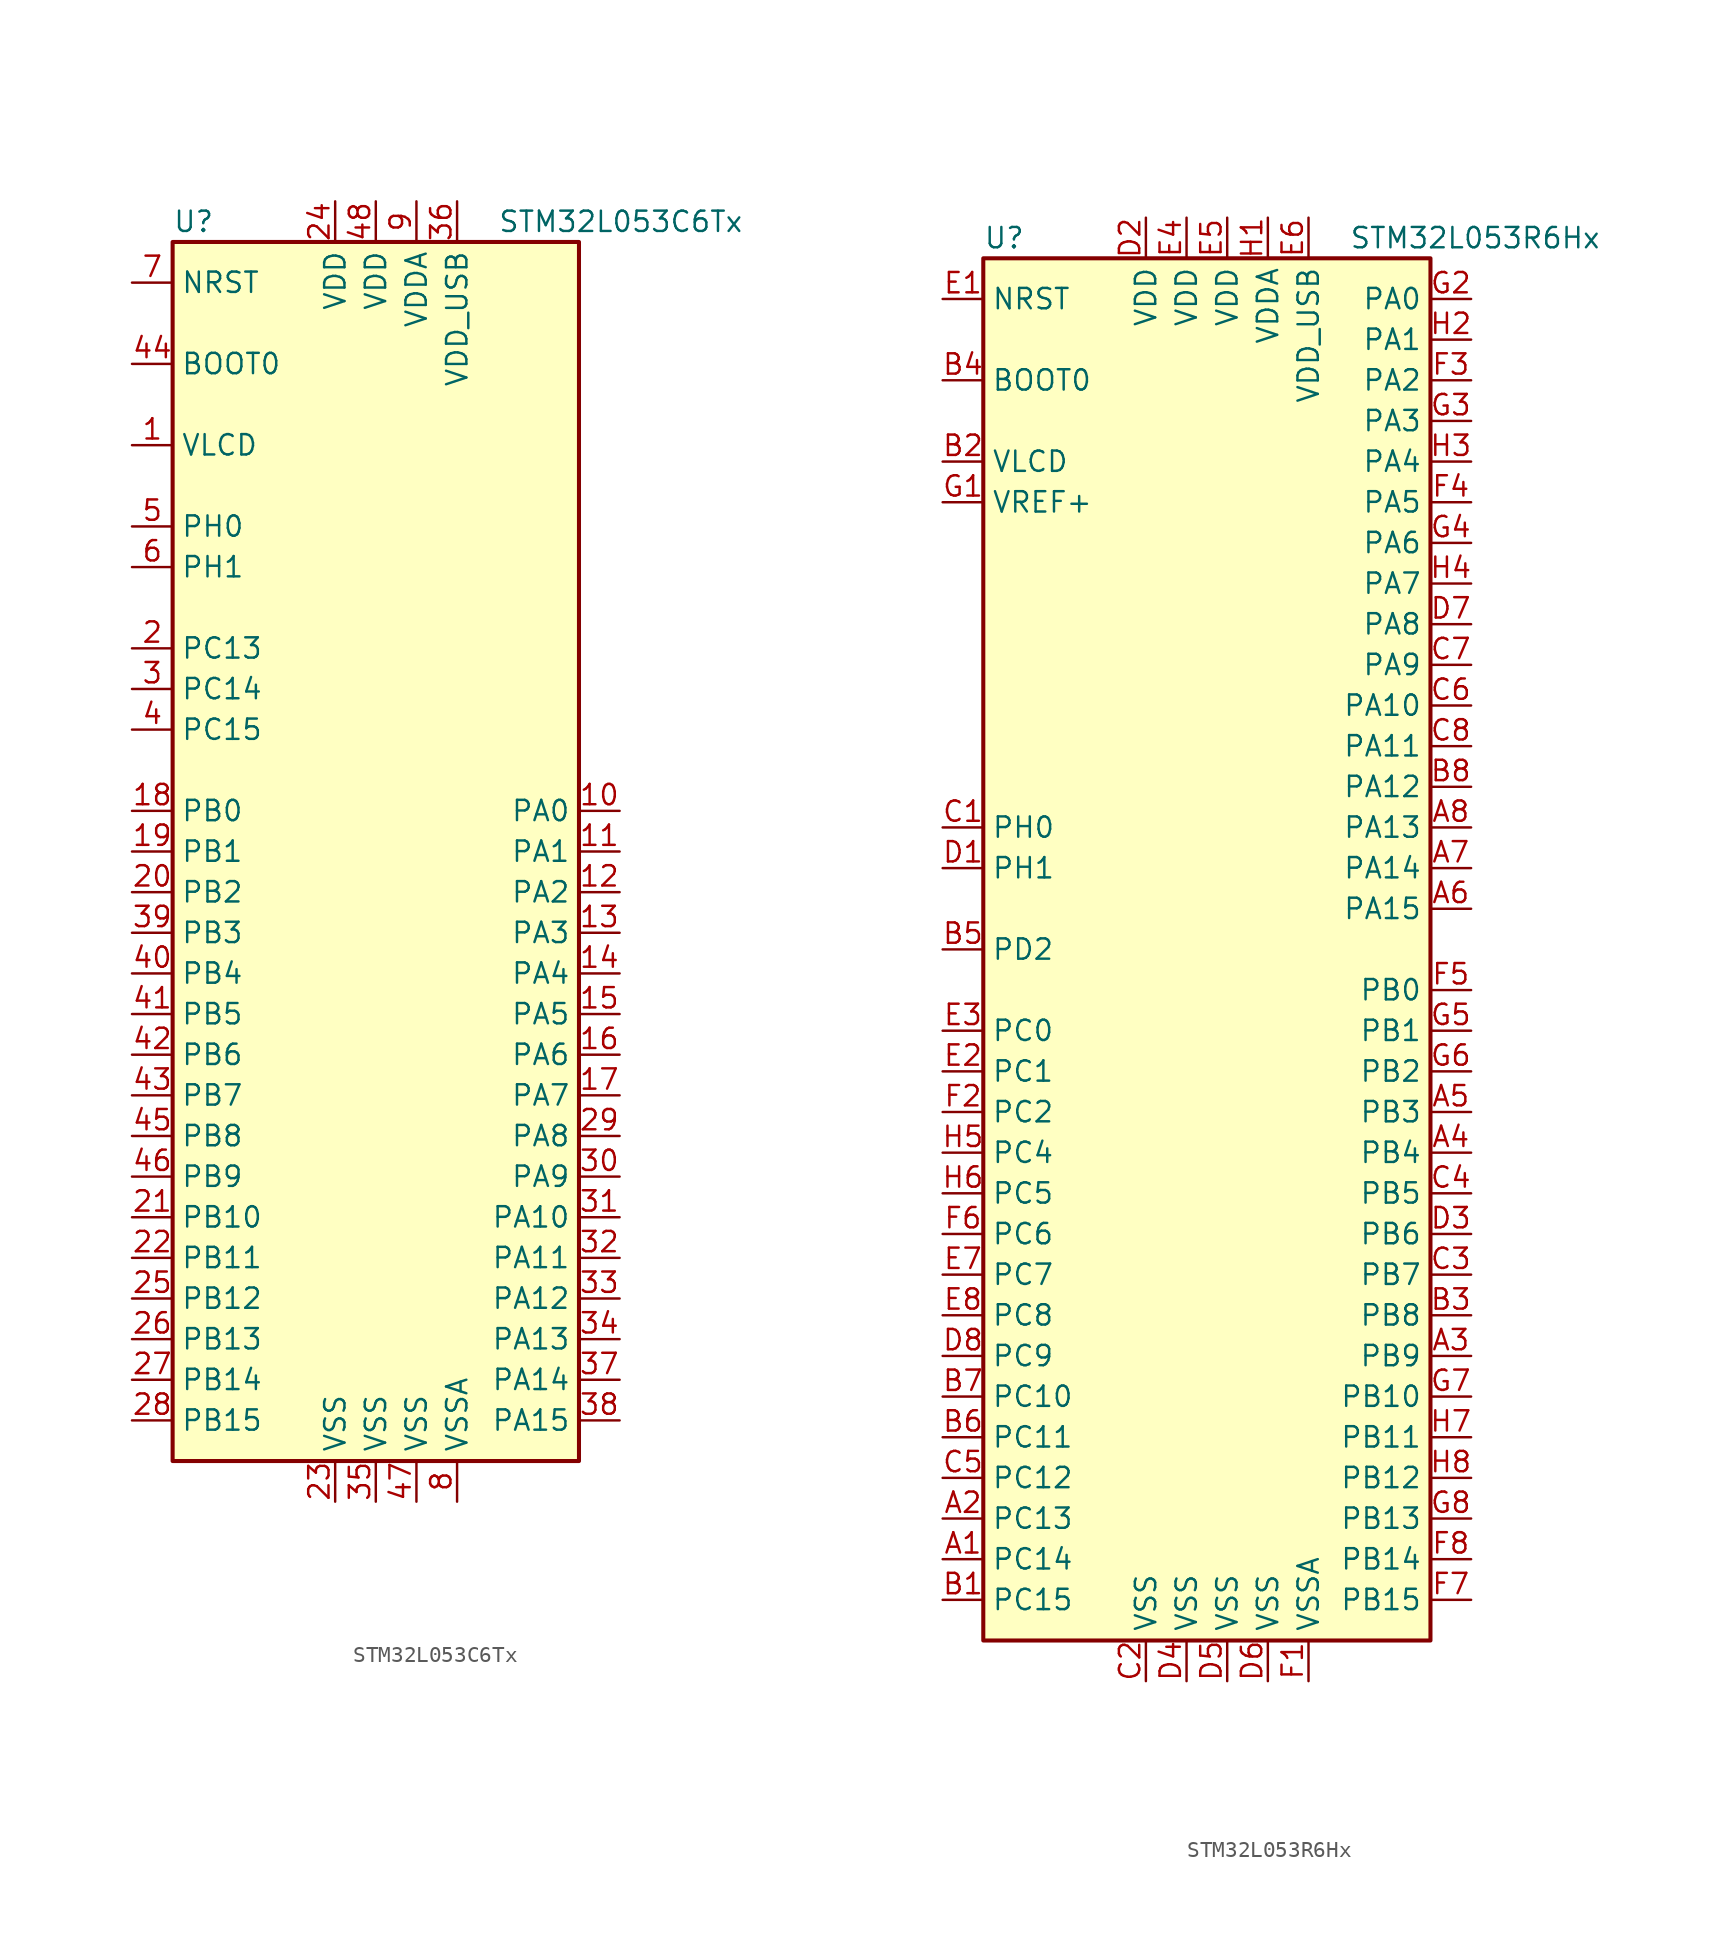
<source format=kicad_sym>
(kicad_symbol_lib
  (version 20201005)
  (generator kicad_symbol_editor)
  (symbol "STM32L053C6Tx"
    (property "Reference" "U"
      (at -12.7 39.37 0)
      (effects (font (size 1.27 1.27)) (justify left)))
    (property "Value" "STM32L053C6Tx"
      (at 7.62 39.37 0)
      (effects (font (size 1.27 1.27)) (justify left)))
    (symbol "STM32L053C6Tx_0_1"
      (rectangle (start -12.7 -38.1) (end 12.7 38.1) (stroke (width 0.254)) (fill (type background))))
    (symbol "STM32L053C6Tx_1_1"
      (pin power_in line (at -15.24 25.4 0) (length 2.54) (name "VLCD" (effects (font (size 1.27 1.27)))) (number "1" (effects (font (size 1.27 1.27)))))
      (pin bidirectional line (at 15.24 2.54 180) (length 2.54) (name "PA0" (effects (font (size 1.27 1.27)))) (number "10" (effects (font (size 1.27 1.27)))))
      (pin bidirectional line (at 15.24 0 180) (length 2.54) (name "PA1" (effects (font (size 1.27 1.27)))) (number "11" (effects (font (size 1.27 1.27)))))
      (pin bidirectional line (at 15.24 -2.54 180) (length 2.54) (name "PA2" (effects (font (size 1.27 1.27)))) (number "12" (effects (font (size 1.27 1.27)))))
      (pin bidirectional line (at 15.24 -5.08 180) (length 2.54) (name "PA3" (effects (font (size 1.27 1.27)))) (number "13" (effects (font (size 1.27 1.27)))))
      (pin bidirectional line (at 15.24 -7.62 180) (length 2.54) (name "PA4" (effects (font (size 1.27 1.27)))) (number "14" (effects (font (size 1.27 1.27)))))
      (pin bidirectional line (at 15.24 -10.16 180) (length 2.54) (name "PA5" (effects (font (size 1.27 1.27)))) (number "15" (effects (font (size 1.27 1.27)))))
      (pin bidirectional line (at 15.24 -12.7 180) (length 2.54) (name "PA6" (effects (font (size 1.27 1.27)))) (number "16" (effects (font (size 1.27 1.27)))))
      (pin bidirectional line (at 15.24 -15.24 180) (length 2.54) (name "PA7" (effects (font (size 1.27 1.27)))) (number "17" (effects (font (size 1.27 1.27)))))
      (pin bidirectional line (at -15.24 2.54 0) (length 2.54) (name "PB0" (effects (font (size 1.27 1.27)))) (number "18" (effects (font (size 1.27 1.27)))))
      (pin bidirectional line (at -15.24 0 0) (length 2.54) (name "PB1" (effects (font (size 1.27 1.27)))) (number "19" (effects (font (size 1.27 1.27)))))
      (pin bidirectional line (at -15.24 12.7 0) (length 2.54) (name "PC13" (effects (font (size 1.27 1.27)))) (number "2" (effects (font (size 1.27 1.27)))))
      (pin bidirectional line (at -15.24 -2.54 0) (length 2.54) (name "PB2" (effects (font (size 1.27 1.27)))) (number "20" (effects (font (size 1.27 1.27)))))
      (pin bidirectional line (at -15.24 -22.86 0) (length 2.54) (name "PB10" (effects (font (size 1.27 1.27)))) (number "21" (effects (font (size 1.27 1.27)))))
      (pin bidirectional line (at -15.24 -25.4 0) (length 2.54) (name "PB11" (effects (font (size 1.27 1.27)))) (number "22" (effects (font (size 1.27 1.27)))))
      (pin power_in line (at -2.54 -40.64 90) (length 2.54) (name "VSS" (effects (font (size 1.27 1.27)))) (number "23" (effects (font (size 1.27 1.27)))))
      (pin power_in line (at -2.54 40.64 270) (length 2.54) (name "VDD" (effects (font (size 1.27 1.27)))) (number "24" (effects (font (size 1.27 1.27)))))
      (pin bidirectional line (at -15.24 -27.94 0) (length 2.54) (name "PB12" (effects (font (size 1.27 1.27)))) (number "25" (effects (font (size 1.27 1.27)))))
      (pin bidirectional line (at -15.24 -30.48 0) (length 2.54) (name "PB13" (effects (font (size 1.27 1.27)))) (number "26" (effects (font (size 1.27 1.27)))))
      (pin bidirectional line (at -15.24 -33.02 0) (length 2.54) (name "PB14" (effects (font (size 1.27 1.27)))) (number "27" (effects (font (size 1.27 1.27)))))
      (pin bidirectional line (at -15.24 -35.56 0) (length 2.54) (name "PB15" (effects (font (size 1.27 1.27)))) (number "28" (effects (font (size 1.27 1.27)))))
      (pin bidirectional line (at 15.24 -17.78 180) (length 2.54) (name "PA8" (effects (font (size 1.27 1.27)))) (number "29" (effects (font (size 1.27 1.27)))))
      (pin bidirectional line (at -15.24 10.16 0) (length 2.54) (name "PC14" (effects (font (size 1.27 1.27)))) (number "3" (effects (font (size 1.27 1.27)))))
      (pin bidirectional line (at 15.24 -20.32 180) (length 2.54) (name "PA9" (effects (font (size 1.27 1.27)))) (number "30" (effects (font (size 1.27 1.27)))))
      (pin bidirectional line (at 15.24 -22.86 180) (length 2.54) (name "PA10" (effects (font (size 1.27 1.27)))) (number "31" (effects (font (size 1.27 1.27)))))
      (pin bidirectional line (at 15.24 -25.4 180) (length 2.54) (name "PA11" (effects (font (size 1.27 1.27)))) (number "32" (effects (font (size 1.27 1.27)))))
      (pin bidirectional line (at 15.24 -27.94 180) (length 2.54) (name "PA12" (effects (font (size 1.27 1.27)))) (number "33" (effects (font (size 1.27 1.27)))))
      (pin bidirectional line (at 15.24 -30.48 180) (length 2.54) (name "PA13" (effects (font (size 1.27 1.27)))) (number "34" (effects (font (size 1.27 1.27)))))
      (pin power_in line (at 0 -40.64 90) (length 2.54) (name "VSS" (effects (font (size 1.27 1.27)))) (number "35" (effects (font (size 1.27 1.27)))))
      (pin power_in line (at 5.08 40.64 270) (length 2.54) (name "VDD_USB" (effects (font (size 1.27 1.27)))) (number "36" (effects (font (size 1.27 1.27)))))
      (pin bidirectional line (at 15.24 -33.02 180) (length 2.54) (name "PA14" (effects (font (size 1.27 1.27)))) (number "37" (effects (font (size 1.27 1.27)))))
      (pin bidirectional line (at 15.24 -35.56 180) (length 2.54) (name "PA15" (effects (font (size 1.27 1.27)))) (number "38" (effects (font (size 1.27 1.27)))))
      (pin bidirectional line (at -15.24 -5.08 0) (length 2.54) (name "PB3" (effects (font (size 1.27 1.27)))) (number "39" (effects (font (size 1.27 1.27)))))
      (pin bidirectional line (at -15.24 7.62 0) (length 2.54) (name "PC15" (effects (font (size 1.27 1.27)))) (number "4" (effects (font (size 1.27 1.27)))))
      (pin bidirectional line (at -15.24 -7.62 0) (length 2.54) (name "PB4" (effects (font (size 1.27 1.27)))) (number "40" (effects (font (size 1.27 1.27)))))
      (pin bidirectional line (at -15.24 -10.16 0) (length 2.54) (name "PB5" (effects (font (size 1.27 1.27)))) (number "41" (effects (font (size 1.27 1.27)))))
      (pin bidirectional line (at -15.24 -12.7 0) (length 2.54) (name "PB6" (effects (font (size 1.27 1.27)))) (number "42" (effects (font (size 1.27 1.27)))))
      (pin bidirectional line (at -15.24 -15.24 0) (length 2.54) (name "PB7" (effects (font (size 1.27 1.27)))) (number "43" (effects (font (size 1.27 1.27)))))
      (pin input line (at -15.24 30.48 0) (length 2.54) (name "BOOT0" (effects (font (size 1.27 1.27)))) (number "44" (effects (font (size 1.27 1.27)))))
      (pin bidirectional line (at -15.24 -17.78 0) (length 2.54) (name "PB8" (effects (font (size 1.27 1.27)))) (number "45" (effects (font (size 1.27 1.27)))))
      (pin bidirectional line (at -15.24 -20.32 0) (length 2.54) (name "PB9" (effects (font (size 1.27 1.27)))) (number "46" (effects (font (size 1.27 1.27)))))
      (pin power_in line (at 2.54 -40.64 90) (length 2.54) (name "VSS" (effects (font (size 1.27 1.27)))) (number "47" (effects (font (size 1.27 1.27)))))
      (pin power_in line (at 0 40.64 270) (length 2.54) (name "VDD" (effects (font (size 1.27 1.27)))) (number "48" (effects (font (size 1.27 1.27)))))
      (pin input line (at -15.24 20.32 0) (length 2.54) (name "PH0" (effects (font (size 1.27 1.27)))) (number "5" (effects (font (size 1.27 1.27)))))
      (pin input line (at -15.24 17.78 0) (length 2.54) (name "PH1" (effects (font (size 1.27 1.27)))) (number "6" (effects (font (size 1.27 1.27)))))
      (pin input line (at -15.24 35.56 0) (length 2.54) (name "NRST" (effects (font (size 1.27 1.27)))) (number "7" (effects (font (size 1.27 1.27)))))
      (pin power_in line (at 5.08 -40.64 90) (length 2.54) (name "VSSA" (effects (font (size 1.27 1.27)))) (number "8" (effects (font (size 1.27 1.27)))))
      (pin power_in line (at 2.54 40.64 270) (length 2.54) (name "VDDA" (effects (font (size 1.27 1.27)))) (number "9" (effects (font (size 1.27 1.27)))))))
  (symbol "STM32L053R6Hx"
    (property "Reference" "U"
      (at -15.24 44.45 0)
      (effects (font (size 1.27 1.27)) (justify left)))
    (property "Value" "STM32L053R6Hx"
      (at 7.62 44.45 0)
      (effects (font (size 1.27 1.27)) (justify left)))
    (symbol "STM32L053R6Hx_0_1"
      (rectangle (start -15.24 -43.18) (end 12.7 43.18) (stroke (width 0.254)) (fill (type background))))
    (symbol "STM32L053R6Hx_1_1"
      (pin bidirectional line (at -17.78 -38.1 0) (length 2.54) (name "PC14" (effects (font (size 1.27 1.27)))) (number "A1" (effects (font (size 1.27 1.27)))))
      (pin bidirectional line (at -17.78 -35.56 0) (length 2.54) (name "PC13" (effects (font (size 1.27 1.27)))) (number "A2" (effects (font (size 1.27 1.27)))))
      (pin bidirectional line (at 15.24 -25.4 180) (length 2.54) (name "PB9" (effects (font (size 1.27 1.27)))) (number "A3" (effects (font (size 1.27 1.27)))))
      (pin bidirectional line (at 15.24 -12.7 180) (length 2.54) (name "PB4" (effects (font (size 1.27 1.27)))) (number "A4" (effects (font (size 1.27 1.27)))))
      (pin bidirectional line (at 15.24 -10.16 180) (length 2.54) (name "PB3" (effects (font (size 1.27 1.27)))) (number "A5" (effects (font (size 1.27 1.27)))))
      (pin bidirectional line (at 15.24 2.54 180) (length 2.54) (name "PA15" (effects (font (size 1.27 1.27)))) (number "A6" (effects (font (size 1.27 1.27)))))
      (pin bidirectional line (at 15.24 5.08 180) (length 2.54) (name "PA14" (effects (font (size 1.27 1.27)))) (number "A7" (effects (font (size 1.27 1.27)))))
      (pin bidirectional line (at 15.24 7.62 180) (length 2.54) (name "PA13" (effects (font (size 1.27 1.27)))) (number "A8" (effects (font (size 1.27 1.27)))))
      (pin bidirectional line (at -17.78 -40.64 0) (length 2.54) (name "PC15" (effects (font (size 1.27 1.27)))) (number "B1" (effects (font (size 1.27 1.27)))))
      (pin power_in line (at -17.78 30.48 0) (length 2.54) (name "VLCD" (effects (font (size 1.27 1.27)))) (number "B2" (effects (font (size 1.27 1.27)))))
      (pin bidirectional line (at 15.24 -22.86 180) (length 2.54) (name "PB8" (effects (font (size 1.27 1.27)))) (number "B3" (effects (font (size 1.27 1.27)))))
      (pin input line (at -17.78 35.56 0) (length 2.54) (name "BOOT0" (effects (font (size 1.27 1.27)))) (number "B4" (effects (font (size 1.27 1.27)))))
      (pin bidirectional line (at -17.78 0 0) (length 2.54) (name "PD2" (effects (font (size 1.27 1.27)))) (number "B5" (effects (font (size 1.27 1.27)))))
      (pin bidirectional line (at -17.78 -30.48 0) (length 2.54) (name "PC11" (effects (font (size 1.27 1.27)))) (number "B6" (effects (font (size 1.27 1.27)))))
      (pin bidirectional line (at -17.78 -27.94 0) (length 2.54) (name "PC10" (effects (font (size 1.27 1.27)))) (number "B7" (effects (font (size 1.27 1.27)))))
      (pin bidirectional line (at 15.24 10.16 180) (length 2.54) (name "PA12" (effects (font (size 1.27 1.27)))) (number "B8" (effects (font (size 1.27 1.27)))))
      (pin input line (at -17.78 7.62 0) (length 2.54) (name "PH0" (effects (font (size 1.27 1.27)))) (number "C1" (effects (font (size 1.27 1.27)))))
      (pin power_in line (at -5.08 -45.72 90) (length 2.54) (name "VSS" (effects (font (size 1.27 1.27)))) (number "C2" (effects (font (size 1.27 1.27)))))
      (pin bidirectional line (at 15.24 -20.32 180) (length 2.54) (name "PB7" (effects (font (size 1.27 1.27)))) (number "C3" (effects (font (size 1.27 1.27)))))
      (pin bidirectional line (at 15.24 -15.24 180) (length 2.54) (name "PB5" (effects (font (size 1.27 1.27)))) (number "C4" (effects (font (size 1.27 1.27)))))
      (pin bidirectional line (at -17.78 -33.02 0) (length 2.54) (name "PC12" (effects (font (size 1.27 1.27)))) (number "C5" (effects (font (size 1.27 1.27)))))
      (pin bidirectional line (at 15.24 15.24 180) (length 2.54) (name "PA10" (effects (font (size 1.27 1.27)))) (number "C6" (effects (font (size 1.27 1.27)))))
      (pin bidirectional line (at 15.24 17.78 180) (length 2.54) (name "PA9" (effects (font (size 1.27 1.27)))) (number "C7" (effects (font (size 1.27 1.27)))))
      (pin bidirectional line (at 15.24 12.7 180) (length 2.54) (name "PA11" (effects (font (size 1.27 1.27)))) (number "C8" (effects (font (size 1.27 1.27)))))
      (pin input line (at -17.78 5.08 0) (length 2.54) (name "PH1" (effects (font (size 1.27 1.27)))) (number "D1" (effects (font (size 1.27 1.27)))))
      (pin power_in line (at -5.08 45.72 270) (length 2.54) (name "VDD" (effects (font (size 1.27 1.27)))) (number "D2" (effects (font (size 1.27 1.27)))))
      (pin bidirectional line (at 15.24 -17.78 180) (length 2.54) (name "PB6" (effects (font (size 1.27 1.27)))) (number "D3" (effects (font (size 1.27 1.27)))))
      (pin power_in line (at -2.54 -45.72 90) (length 2.54) (name "VSS" (effects (font (size 1.27 1.27)))) (number "D4" (effects (font (size 1.27 1.27)))))
      (pin power_in line (at 0 -45.72 90) (length 2.54) (name "VSS" (effects (font (size 1.27 1.27)))) (number "D5" (effects (font (size 1.27 1.27)))))
      (pin power_in line (at 2.54 -45.72 90) (length 2.54) (name "VSS" (effects (font (size 1.27 1.27)))) (number "D6" (effects (font (size 1.27 1.27)))))
      (pin bidirectional line (at 15.24 20.32 180) (length 2.54) (name "PA8" (effects (font (size 1.27 1.27)))) (number "D7" (effects (font (size 1.27 1.27)))))
      (pin bidirectional line (at -17.78 -25.4 0) (length 2.54) (name "PC9" (effects (font (size 1.27 1.27)))) (number "D8" (effects (font (size 1.27 1.27)))))
      (pin input line (at -17.78 40.64 0) (length 2.54) (name "NRST" (effects (font (size 1.27 1.27)))) (number "E1" (effects (font (size 1.27 1.27)))))
      (pin bidirectional line (at -17.78 -7.62 0) (length 2.54) (name "PC1" (effects (font (size 1.27 1.27)))) (number "E2" (effects (font (size 1.27 1.27)))))
      (pin bidirectional line (at -17.78 -5.08 0) (length 2.54) (name "PC0" (effects (font (size 1.27 1.27)))) (number "E3" (effects (font (size 1.27 1.27)))))
      (pin power_in line (at -2.54 45.72 270) (length 2.54) (name "VDD" (effects (font (size 1.27 1.27)))) (number "E4" (effects (font (size 1.27 1.27)))))
      (pin power_in line (at 0 45.72 270) (length 2.54) (name "VDD" (effects (font (size 1.27 1.27)))) (number "E5" (effects (font (size 1.27 1.27)))))
      (pin power_in line (at 5.08 45.72 270) (length 2.54) (name "VDD_USB" (effects (font (size 1.27 1.27)))) (number "E6" (effects (font (size 1.27 1.27)))))
      (pin bidirectional line (at -17.78 -20.32 0) (length 2.54) (name "PC7" (effects (font (size 1.27 1.27)))) (number "E7" (effects (font (size 1.27 1.27)))))
      (pin bidirectional line (at -17.78 -22.86 0) (length 2.54) (name "PC8" (effects (font (size 1.27 1.27)))) (number "E8" (effects (font (size 1.27 1.27)))))
      (pin power_in line (at 5.08 -45.72 90) (length 2.54) (name "VSSA" (effects (font (size 1.27 1.27)))) (number "F1" (effects (font (size 1.27 1.27)))))
      (pin bidirectional line (at -17.78 -10.16 0) (length 2.54) (name "PC2" (effects (font (size 1.27 1.27)))) (number "F2" (effects (font (size 1.27 1.27)))))
      (pin bidirectional line (at 15.24 35.56 180) (length 2.54) (name "PA2" (effects (font (size 1.27 1.27)))) (number "F3" (effects (font (size 1.27 1.27)))))
      (pin bidirectional line (at 15.24 27.94 180) (length 2.54) (name "PA5" (effects (font (size 1.27 1.27)))) (number "F4" (effects (font (size 1.27 1.27)))))
      (pin bidirectional line (at 15.24 -2.54 180) (length 2.54) (name "PB0" (effects (font (size 1.27 1.27)))) (number "F5" (effects (font (size 1.27 1.27)))))
      (pin bidirectional line (at -17.78 -17.78 0) (length 2.54) (name "PC6" (effects (font (size 1.27 1.27)))) (number "F6" (effects (font (size 1.27 1.27)))))
      (pin bidirectional line (at 15.24 -40.64 180) (length 2.54) (name "PB15" (effects (font (size 1.27 1.27)))) (number "F7" (effects (font (size 1.27 1.27)))))
      (pin bidirectional line (at 15.24 -38.1 180) (length 2.54) (name "PB14" (effects (font (size 1.27 1.27)))) (number "F8" (effects (font (size 1.27 1.27)))))
      (pin power_in line (at -17.78 27.94 0) (length 2.54) (name "VREF+" (effects (font (size 1.27 1.27)))) (number "G1" (effects (font (size 1.27 1.27)))))
      (pin bidirectional line (at 15.24 40.64 180) (length 2.54) (name "PA0" (effects (font (size 1.27 1.27)))) (number "G2" (effects (font (size 1.27 1.27)))))
      (pin bidirectional line (at 15.24 33.02 180) (length 2.54) (name "PA3" (effects (font (size 1.27 1.27)))) (number "G3" (effects (font (size 1.27 1.27)))))
      (pin bidirectional line (at 15.24 25.4 180) (length 2.54) (name "PA6" (effects (font (size 1.27 1.27)))) (number "G4" (effects (font (size 1.27 1.27)))))
      (pin bidirectional line (at 15.24 -5.08 180) (length 2.54) (name "PB1" (effects (font (size 1.27 1.27)))) (number "G5" (effects (font (size 1.27 1.27)))))
      (pin bidirectional line (at 15.24 -7.62 180) (length 2.54) (name "PB2" (effects (font (size 1.27 1.27)))) (number "G6" (effects (font (size 1.27 1.27)))))
      (pin bidirectional line (at 15.24 -27.94 180) (length 2.54) (name "PB10" (effects (font (size 1.27 1.27)))) (number "G7" (effects (font (size 1.27 1.27)))))
      (pin bidirectional line (at 15.24 -35.56 180) (length 2.54) (name "PB13" (effects (font (size 1.27 1.27)))) (number "G8" (effects (font (size 1.27 1.27)))))
      (pin power_in line (at 2.54 45.72 270) (length 2.54) (name "VDDA" (effects (font (size 1.27 1.27)))) (number "H1" (effects (font (size 1.27 1.27)))))
      (pin bidirectional line (at 15.24 38.1 180) (length 2.54) (name "PA1" (effects (font (size 1.27 1.27)))) (number "H2" (effects (font (size 1.27 1.27)))))
      (pin bidirectional line (at 15.24 30.48 180) (length 2.54) (name "PA4" (effects (font (size 1.27 1.27)))) (number "H3" (effects (font (size 1.27 1.27)))))
      (pin bidirectional line (at 15.24 22.86 180) (length 2.54) (name "PA7" (effects (font (size 1.27 1.27)))) (number "H4" (effects (font (size 1.27 1.27)))))
      (pin bidirectional line (at -17.78 -12.7 0) (length 2.54) (name "PC4" (effects (font (size 1.27 1.27)))) (number "H5" (effects (font (size 1.27 1.27)))))
      (pin bidirectional line (at -17.78 -15.24 0) (length 2.54) (name "PC5" (effects (font (size 1.27 1.27)))) (number "H6" (effects (font (size 1.27 1.27)))))
      (pin bidirectional line (at 15.24 -30.48 180) (length 2.54) (name "PB11" (effects (font (size 1.27 1.27)))) (number "H7" (effects (font (size 1.27 1.27)))))
      (pin bidirectional line (at 15.24 -33.02 180) (length 2.54) (name "PB12" (effects (font (size 1.27 1.27)))) (number "H8" (effects (font (size 1.27 1.27))))))))
</source>
